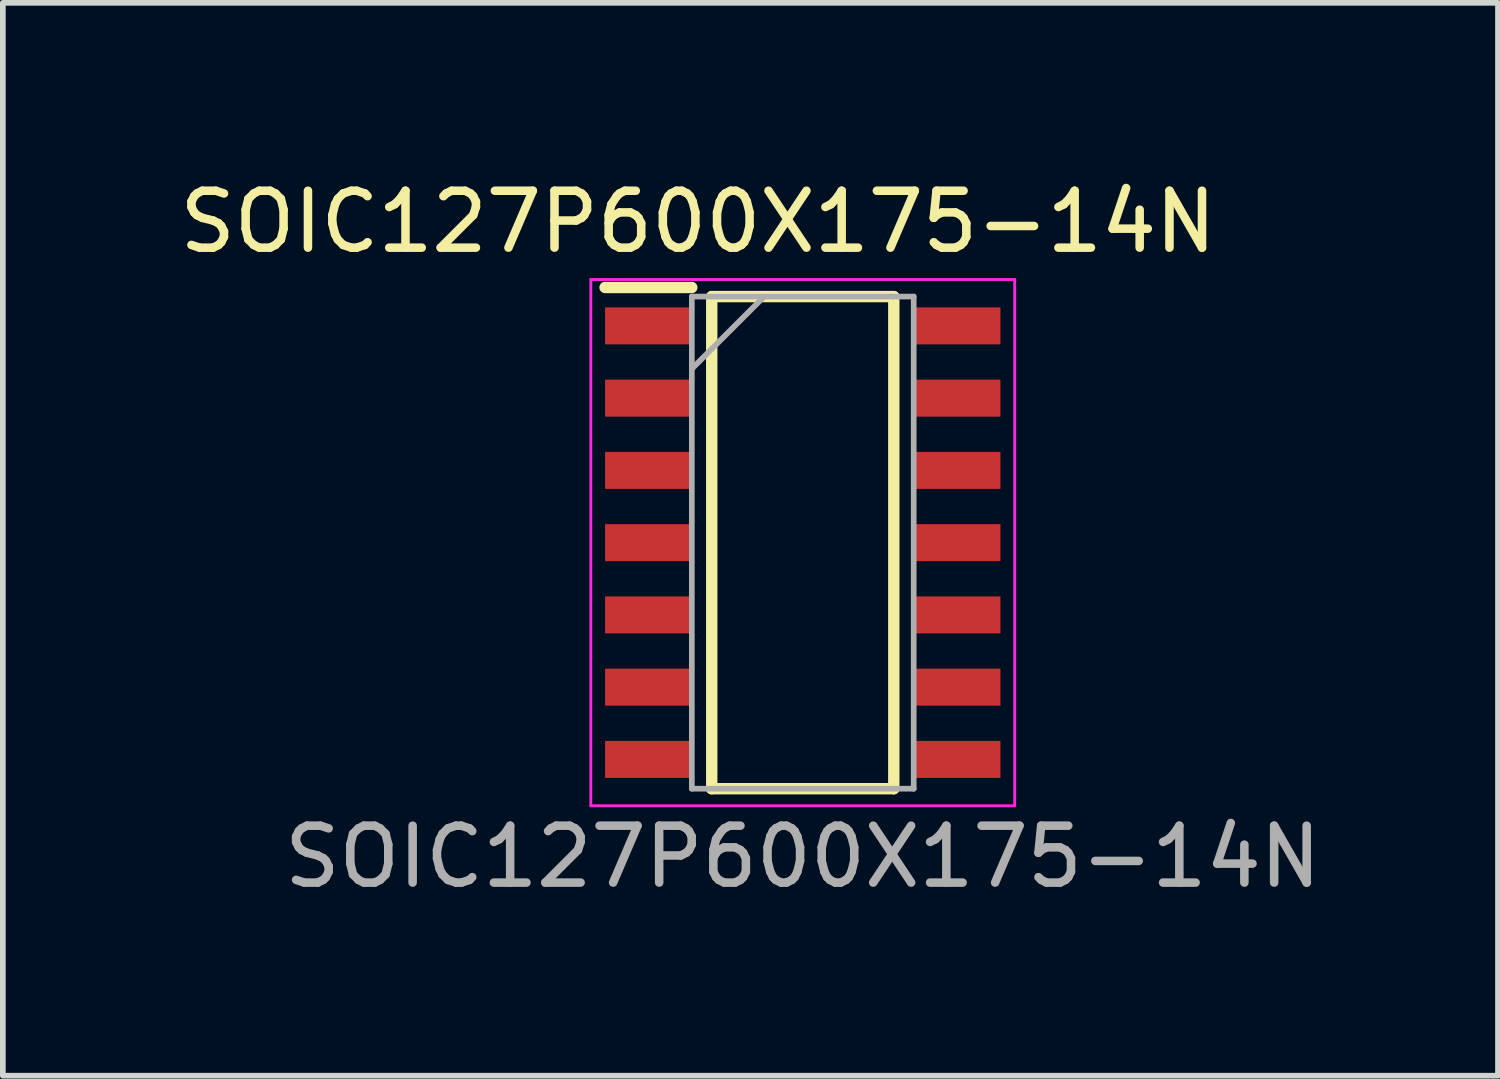
<source format=kicad_pcb>
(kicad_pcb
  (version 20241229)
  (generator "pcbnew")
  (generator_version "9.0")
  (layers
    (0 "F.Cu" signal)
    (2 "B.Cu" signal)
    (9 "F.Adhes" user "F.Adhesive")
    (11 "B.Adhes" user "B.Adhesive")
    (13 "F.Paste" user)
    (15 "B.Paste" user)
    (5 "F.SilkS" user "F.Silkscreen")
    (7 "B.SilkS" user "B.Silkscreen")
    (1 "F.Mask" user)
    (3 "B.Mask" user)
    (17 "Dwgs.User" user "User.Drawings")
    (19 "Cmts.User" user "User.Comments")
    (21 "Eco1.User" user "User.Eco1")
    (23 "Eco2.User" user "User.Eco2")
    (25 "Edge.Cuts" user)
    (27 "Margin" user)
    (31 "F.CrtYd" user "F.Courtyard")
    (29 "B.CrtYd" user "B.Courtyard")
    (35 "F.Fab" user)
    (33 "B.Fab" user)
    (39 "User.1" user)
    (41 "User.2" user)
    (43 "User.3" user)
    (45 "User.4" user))
  (footprint "SOIC127P600X175-14N"
    (layer "F.Cu")
    (at 11.06 6.488)
    (property "Reference" "SOIC127P600X175-14N" (at -1.84 -5.64 0) (layer "F.SilkS") (effects (font (size 1 1) (thickness 0.15))))
    (attr smd)
    (fp_line (start -3.475 -4.485) (end -1.95 -4.485) (stroke (width 0.2) (type solid)) (layer "F.SilkS"))
    (fp_line (start -1.6 -4.325) (end 1.6 -4.325) (stroke (width 0.2) (type solid)) (layer "F.SilkS"))
    (fp_line (start -1.6 4.325) (end -1.6 -4.325) (stroke (width 0.2) (type solid)) (layer "F.SilkS"))
    (fp_line (start 1.6 -4.325) (end 1.6 4.325) (stroke (width 0.2) (type solid)) (layer "F.SilkS"))
    (fp_line (start 1.6 4.325) (end -1.6 4.325) (stroke (width 0.2) (type solid)) (layer "F.SilkS"))
    (fp_line (start -3.725 -4.625) (end 3.725 -4.625) (stroke (width 0.05) (type solid)) (layer "F.CrtYd"))
    (fp_line (start -3.725 4.625) (end -3.725 -4.625) (stroke (width 0.05) (type solid)) (layer "F.CrtYd"))
    (fp_line (start 3.725 -4.625) (end 3.725 4.625) (stroke (width 0.05) (type solid)) (layer "F.CrtYd"))
    (fp_line (start 3.725 4.625) (end -3.725 4.625) (stroke (width 0.05) (type solid)) (layer "F.CrtYd"))
    (fp_line (start -1.95 -4.325) (end 1.95 -4.325) (stroke (width 0.1) (type solid)) (layer "F.Fab"))
    (fp_line (start -1.95 -3.055) (end -0.68 -4.325) (stroke (width 0.1) (type solid)) (layer "F.Fab"))
    (fp_line (start -1.95 4.325) (end -1.95 -4.325) (stroke (width 0.1) (type solid)) (layer "F.Fab"))
    (fp_line (start 1.95 -4.325) (end 1.95 4.325) (stroke (width 0.1) (type solid)) (layer "F.Fab"))
    (fp_line (start 1.95 4.325) (end -1.95 4.325) (stroke (width 0.1) (type solid)) (layer "F.Fab"))
    (fp_text user "${REFERENCE}" (at 0 5.52 0) (layer "F.Fab") (effects (font (size 1 1) (thickness 0.15))))
    (pad "1" smd rect (at -2.712 -3.81 90) (size 0.65 1.525) (layers "F.Cu" "F.Mask" "F.Paste"))
    (pad "2" smd rect (at -2.712 -2.54 90) (size 0.65 1.525) (layers "F.Cu" "F.Mask" "F.Paste"))
    (pad "3" smd rect (at -2.712 -1.27 90) (size 0.65 1.525) (layers "F.Cu" "F.Mask" "F.Paste"))
    (pad "4" smd rect (at -2.712 0 90) (size 0.65 1.525) (layers "F.Cu" "F.Mask" "F.Paste"))
    (pad "5" smd rect (at -2.712 1.27 90) (size 0.65 1.525) (layers "F.Cu" "F.Mask" "F.Paste"))
    (pad "6" smd rect (at -2.712 2.54 90) (size 0.65 1.525) (layers "F.Cu" "F.Mask" "F.Paste"))
    (pad "7" smd rect (at -2.712 3.81 90) (size 0.65 1.525) (layers "F.Cu" "F.Mask" "F.Paste"))
    (pad "8" smd rect (at 2.712 3.81 90) (size 0.65 1.525) (layers "F.Cu" "F.Mask" "F.Paste"))
    (pad "9" smd rect (at 2.712 2.54 90) (size 0.65 1.525) (layers "F.Cu" "F.Mask" "F.Paste"))
    (pad "10" smd rect (at 2.712 1.27 90) (size 0.65 1.525) (layers "F.Cu" "F.Mask" "F.Paste"))
    (pad "11" smd rect (at 2.712 0 90) (size 0.65 1.525) (layers "F.Cu" "F.Mask" "F.Paste"))
    (pad "12" smd rect (at 2.712 -1.27 90) (size 0.65 1.525) (layers "F.Cu" "F.Mask" "F.Paste"))
    (pad "13" smd rect (at 2.712 -2.54 90) (size 0.65 1.525) (layers "F.Cu" "F.Mask" "F.Paste"))
    (pad "14" smd rect (at 2.712 -3.81 90) (size 0.65 1.525) (layers "F.Cu" "F.Mask" "F.Paste")))
  (gr_rect
    (start -3 -3)
    (end 23.28 15.857)
    (stroke (width 0.1) (type default))
    (fill no)
    (layer "Edge.Cuts")))
</source>
